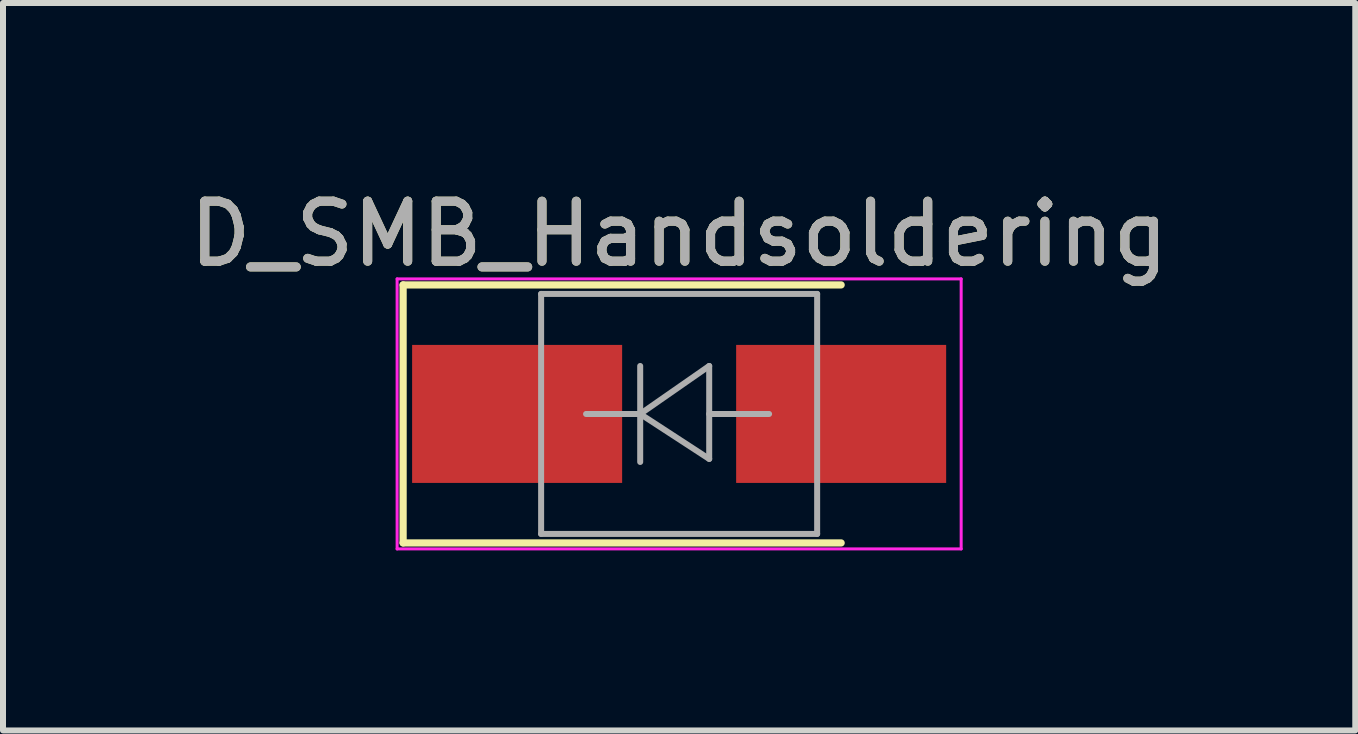
<source format=kicad_pcb>
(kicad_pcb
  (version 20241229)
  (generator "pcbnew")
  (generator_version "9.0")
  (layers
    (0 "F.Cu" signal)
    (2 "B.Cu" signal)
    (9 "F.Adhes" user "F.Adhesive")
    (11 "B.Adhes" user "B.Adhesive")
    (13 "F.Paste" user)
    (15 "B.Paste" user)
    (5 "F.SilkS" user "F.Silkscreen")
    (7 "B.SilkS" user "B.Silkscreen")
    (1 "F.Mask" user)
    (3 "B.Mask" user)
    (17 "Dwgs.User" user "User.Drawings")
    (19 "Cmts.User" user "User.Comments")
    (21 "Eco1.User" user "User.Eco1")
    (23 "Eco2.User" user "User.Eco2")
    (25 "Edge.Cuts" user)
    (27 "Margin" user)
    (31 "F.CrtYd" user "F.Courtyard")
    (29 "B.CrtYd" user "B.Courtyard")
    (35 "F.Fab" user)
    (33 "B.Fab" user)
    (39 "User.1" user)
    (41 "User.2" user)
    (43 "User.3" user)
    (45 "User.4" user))
  (footprint "D_SMB_Handsoldering"
    (layer "F.Cu")
    (at 8.268 3.848)
    (property "Reference" "D_SMB_Handsoldering" (at 0 -3 0) (layer "F.SilkS") (effects (font (size 1 1) (thickness 0.15))))
    (attr smd)
    (fp_line (start -4.6 -2.15) (end -4.6 2.15) (stroke (width 0.12) (type solid)) (layer "F.SilkS"))
    (fp_line (start -4.6 -2.15) (end 2.7 -2.15) (stroke (width 0.12) (type solid)) (layer "F.SilkS"))
    (fp_line (start -4.6 2.15) (end 2.7 2.15) (stroke (width 0.12) (type solid)) (layer "F.SilkS"))
    (fp_line (start -4.7 -2.25) (end 4.7 -2.25) (stroke (width 0.05) (type solid)) (layer "F.CrtYd"))
    (fp_line (start -4.7 2.25) (end -4.7 -2.25) (stroke (width 0.05) (type solid)) (layer "F.CrtYd"))
    (fp_line (start 4.7 -2.25) (end 4.7 2.25) (stroke (width 0.05) (type solid)) (layer "F.CrtYd"))
    (fp_line (start 4.7 2.25) (end -4.7 2.25) (stroke (width 0.05) (type solid)) (layer "F.CrtYd"))
    (fp_line (start -2.3 2) (end -2.3 -2) (stroke (width 0.1) (type solid)) (layer "F.Fab"))
    (fp_line (start -0.649 -0.799) (end -0.649 0.801) (stroke (width 0.1) (type solid)) (layer "F.Fab"))
    (fp_line (start -0.649 0.001) (end -1.551 0.001) (stroke (width 0.1) (type solid)) (layer "F.Fab"))
    (fp_line (start -0.649 0.001) (end 0.501 -0.799) (stroke (width 0.1) (type solid)) (layer "F.Fab"))
    (fp_line (start -0.649 0.001) (end 0.501 0.75) (stroke (width 0.1) (type solid)) (layer "F.Fab"))
    (fp_line (start 0.501 0.001) (end 1.499 0.001) (stroke (width 0.1) (type solid)) (layer "F.Fab"))
    (fp_line (start 0.501 0.75) (end 0.501 -0.799) (stroke (width 0.1) (type solid)) (layer "F.Fab"))
    (fp_line (start 2.3 -2) (end -2.3 -2) (stroke (width 0.1) (type solid)) (layer "F.Fab"))
    (fp_line (start 2.3 -2) (end 2.3 2) (stroke (width 0.1) (type solid)) (layer "F.Fab"))
    (fp_line (start 2.3 2) (end -2.3 2) (stroke (width 0.1) (type solid)) (layer "F.Fab"))
    (fp_text user "${REFERENCE}" (at 0 -3 0) (layer "F.Fab") (effects (font (size 1 1) (thickness 0.15))))
    (pad "1" smd rect (at -2.7 0) (size 3.5 2.3) (layers "F.Cu" "F.Mask" "F.Paste"))
    (pad "2" smd rect (at 2.7 0) (size 3.5 2.3) (layers "F.Cu" "F.Mask" "F.Paste")))
  (gr_rect
    (start -3 -3)
    (end 19.536 9.123)
    (stroke (width 0.1) (type default))
    (fill no)
    (layer "Edge.Cuts")))
</source>
